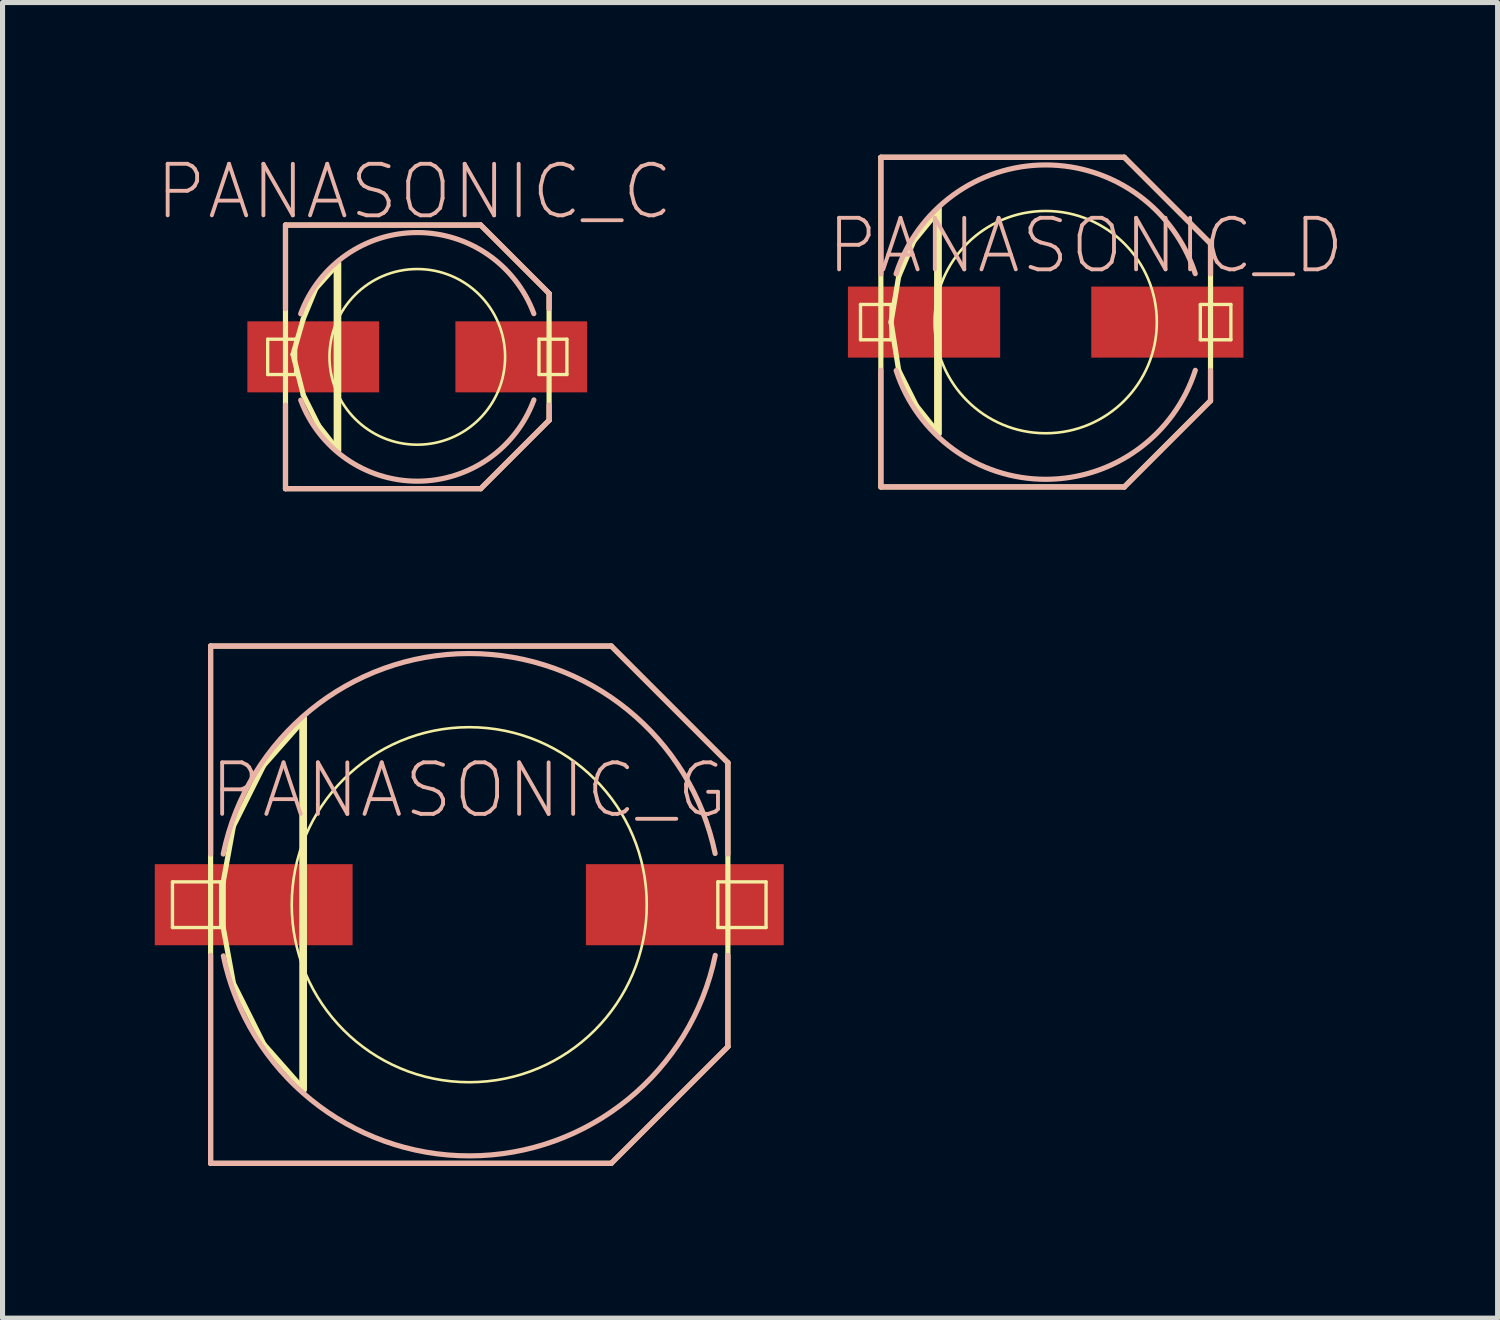
<source format=kicad_pcb>
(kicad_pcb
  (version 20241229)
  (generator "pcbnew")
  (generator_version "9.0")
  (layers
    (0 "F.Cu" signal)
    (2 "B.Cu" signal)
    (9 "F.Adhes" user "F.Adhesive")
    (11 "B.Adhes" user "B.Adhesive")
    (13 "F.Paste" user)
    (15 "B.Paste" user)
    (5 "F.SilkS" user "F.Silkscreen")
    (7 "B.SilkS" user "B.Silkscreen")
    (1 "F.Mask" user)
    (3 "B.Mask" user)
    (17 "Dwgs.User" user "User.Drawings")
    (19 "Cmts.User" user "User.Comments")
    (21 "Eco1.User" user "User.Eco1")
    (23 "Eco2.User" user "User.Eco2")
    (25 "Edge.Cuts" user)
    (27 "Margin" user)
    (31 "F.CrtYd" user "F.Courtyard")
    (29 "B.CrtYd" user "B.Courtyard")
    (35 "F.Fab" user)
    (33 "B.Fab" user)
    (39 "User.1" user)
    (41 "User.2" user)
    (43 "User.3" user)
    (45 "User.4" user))
  (footprint "PANASONIC_D"
    (layer "F.Cu")
    (at 17.561 3.299)
    (property "Reference" "PANASONIC_D" (at 0.79 -1.506 0) (layer "B.SilkS") (effects (font (size 1.016 1.016) (thickness 0.076))))
    (attr smd)
    (fp_line (start -3.65 -0.348) (end -3.048 -0.348) (stroke (width 0.066) (type solid)) (layer "F.SilkS"))
    (fp_line (start -3.65 0.348) (end -3.65 -0.348) (stroke (width 0.066) (type solid)) (layer "F.SilkS"))
    (fp_line (start -3.65 0.348) (end -3.048 0.348) (stroke (width 0.066) (type solid)) (layer "F.SilkS"))
    (fp_line (start -3.249 -3.249) (end 1.549 -3.249) (stroke (width 0.102) (type solid)) (layer "F.SilkS"))
    (fp_line (start -3.249 3.249) (end -3.249 -3.249) (stroke (width 0.102) (type solid)) (layer "F.SilkS"))
    (fp_line (start -3.048 0) (end -2.898 0.95) (stroke (width 0.102) (type solid)) (layer "F.SilkS"))
    (fp_line (start -3.048 0.348) (end -3.048 -0.348) (stroke (width 0.066) (type solid)) (layer "F.SilkS"))
    (fp_line (start -2.898 -0.899) (end -3.048 0) (stroke (width 0.102) (type solid)) (layer "F.SilkS"))
    (fp_line (start -2.898 0.95) (end -2.548 1.648) (stroke (width 0.102) (type solid)) (layer "F.SilkS"))
    (fp_line (start -2.598 -1.598) (end -2.898 -0.899) (stroke (width 0.102) (type solid)) (layer "F.SilkS"))
    (fp_line (start -2.548 1.648) (end -2.149 2.149) (stroke (width 0.102) (type solid)) (layer "F.SilkS"))
    (fp_line (start -2.149 -2.149) (end -2.598 -1.598) (stroke (width 0.102) (type solid)) (layer "F.SilkS"))
    (fp_line (start -2.149 -2.098) (end -2.149 -2.149) (stroke (width 0.102) (type solid)) (layer "F.SilkS"))
    (fp_line (start -2.149 2.149) (end -2.149 -2.098) (stroke (width 0.102) (type solid)) (layer "F.SilkS"))
    (fp_line (start -2.098 -2.248) (end -2.098 2.2) (stroke (width 0.102) (type solid)) (layer "F.SilkS"))
    (fp_line (start 1.549 -3.249) (end 3.249 -1.549) (stroke (width 0.102) (type solid)) (layer "F.SilkS"))
    (fp_line (start 1.549 3.249) (end -3.249 3.249) (stroke (width 0.102) (type solid)) (layer "F.SilkS"))
    (fp_line (start 3.048 -0.348) (end 3.65 -0.348) (stroke (width 0.066) (type solid)) (layer "F.SilkS"))
    (fp_line (start 3.048 0.348) (end 3.048 -0.348) (stroke (width 0.066) (type solid)) (layer "F.SilkS"))
    (fp_line (start 3.048 0.348) (end 3.65 0.348) (stroke (width 0.066) (type solid)) (layer "F.SilkS"))
    (fp_line (start 3.249 -1.549) (end 3.249 1.549) (stroke (width 0.102) (type solid)) (layer "F.SilkS"))
    (fp_line (start 3.249 1.549) (end 1.549 3.249) (stroke (width 0.102) (type solid)) (layer "F.SilkS"))
    (fp_line (start 3.65 0.348) (end 3.65 -0.348) (stroke (width 0.066) (type solid)) (layer "F.SilkS"))
    (fp_circle (center 0 0) (end -1.549 1.549) (stroke (width 0.051) (type solid)) (fill no) (layer "F.SilkS"))
    (fp_line (start -3.249 -3.249) (end 1.549 -3.249) (stroke (width 0.102) (type solid)) (layer "B.SilkS"))
    (fp_line (start -3.249 -0.95) (end -3.249 -3.249) (stroke (width 0.102) (type solid)) (layer "B.SilkS"))
    (fp_line (start -3.249 3.249) (end -3.249 0.95) (stroke (width 0.102) (type solid)) (layer "B.SilkS"))
    (fp_line (start 1.549 -3.249) (end 3.249 -1.549) (stroke (width 0.102) (type solid)) (layer "B.SilkS"))
    (fp_line (start 1.549 3.249) (end -3.249 3.249) (stroke (width 0.102) (type solid)) (layer "B.SilkS"))
    (fp_line (start 3.249 -1.549) (end 3.249 -0.95) (stroke (width 0.102) (type solid)) (layer "B.SilkS"))
    (fp_line (start 3.249 0.95) (end 3.249 1.549) (stroke (width 0.102) (type solid)) (layer "B.SilkS"))
    (fp_line (start 3.249 1.549) (end 1.549 3.249) (stroke (width 0.102) (type solid)) (layer "B.SilkS"))
    (fp_arc (start -2.94894 -0.94996) (mid -0.0024 -3.098171) (end 2.947465 -0.954527) (stroke (width 0.1016) (type solid)) (layer "B.SilkS"))
    (fp_arc (start 2.94894 0.94996) (mid 0.0024 3.098171) (end -2.947465 0.954527) (stroke (width 0.1016) (type solid)) (layer "B.SilkS"))
    (pad "+" smd rect (at 2.398 0) (size 3 1.4) (layers "F.Cu" "F.Mask" "F.Paste"))
    (pad "-" smd rect (at -2.398 0) (size 3 1.4) (layers "F.Cu" "F.Mask" "F.Paste")))
  (footprint "PANASONIC_C"
    (layer "F.Cu")
    (at 5.175 3.984)
    (property "Reference" "PANASONIC_C" (at -0.058 -3.256 0) (layer "B.SilkS") (effects (font (size 1.016 1.016) (thickness 0.076))))
    (attr smd)
    (fp_line (start -2.949 -0.348) (end -2.398 -0.348) (stroke (width 0.066) (type solid)) (layer "F.SilkS"))
    (fp_line (start -2.949 0.348) (end -2.949 -0.348) (stroke (width 0.066) (type solid)) (layer "F.SilkS"))
    (fp_line (start -2.949 0.348) (end -2.398 0.348) (stroke (width 0.066) (type solid)) (layer "F.SilkS"))
    (fp_line (start -2.598 -2.598) (end 1.25 -2.598) (stroke (width 0.102) (type solid)) (layer "F.SilkS"))
    (fp_line (start -2.598 2.598) (end -2.598 -2.598) (stroke (width 0.102) (type solid)) (layer "F.SilkS"))
    (fp_line (start -2.449 -0.048) (end -2.248 0.749) (stroke (width 0.102) (type solid)) (layer "F.SilkS"))
    (fp_line (start -2.398 0.348) (end -2.398 -0.348) (stroke (width 0.066) (type solid)) (layer "F.SilkS"))
    (fp_line (start -2.248 -0.749) (end -2.449 -0.048) (stroke (width 0.102) (type solid)) (layer "F.SilkS"))
    (fp_line (start -2.248 0.749) (end -1.948 1.349) (stroke (width 0.102) (type solid)) (layer "F.SilkS"))
    (fp_line (start -1.999 -1.349) (end -2.248 -0.749) (stroke (width 0.102) (type solid)) (layer "F.SilkS"))
    (fp_line (start -1.948 1.349) (end -1.598 1.798) (stroke (width 0.102) (type solid)) (layer "F.SilkS"))
    (fp_line (start -1.598 -1.798) (end -1.999 -1.349) (stroke (width 0.102) (type solid)) (layer "F.SilkS"))
    (fp_line (start -1.598 1.798) (end -1.598 -1.798) (stroke (width 0.102) (type solid)) (layer "F.SilkS"))
    (fp_line (start -1.549 -1.849) (end -1.549 1.849) (stroke (width 0.102) (type solid)) (layer "F.SilkS"))
    (fp_line (start 1.25 -2.598) (end 2.598 -1.25) (stroke (width 0.102) (type solid)) (layer "F.SilkS"))
    (fp_line (start 1.25 2.598) (end -2.598 2.598) (stroke (width 0.102) (type solid)) (layer "F.SilkS"))
    (fp_line (start 2.398 -0.348) (end 2.949 -0.348) (stroke (width 0.066) (type solid)) (layer "F.SilkS"))
    (fp_line (start 2.398 0.348) (end 2.398 -0.348) (stroke (width 0.066) (type solid)) (layer "F.SilkS"))
    (fp_line (start 2.398 0.348) (end 2.949 0.348) (stroke (width 0.066) (type solid)) (layer "F.SilkS"))
    (fp_line (start 2.598 -1.25) (end 2.598 1.25) (stroke (width 0.102) (type solid)) (layer "F.SilkS"))
    (fp_line (start 2.598 1.25) (end 1.25 2.598) (stroke (width 0.102) (type solid)) (layer "F.SilkS"))
    (fp_line (start 2.949 0.348) (end 2.949 -0.348) (stroke (width 0.066) (type solid)) (layer "F.SilkS"))
    (fp_circle (center 0 0) (end -1.224 1.224) (stroke (width 0.051) (type solid)) (fill no) (layer "F.SilkS"))
    (fp_line (start -2.598 -2.598) (end 1.25 -2.598) (stroke (width 0.102) (type solid)) (layer "B.SilkS"))
    (fp_line (start -2.598 -0.95) (end -2.598 -2.598) (stroke (width 0.102) (type solid)) (layer "B.SilkS"))
    (fp_line (start -2.598 2.598) (end -2.598 0.95) (stroke (width 0.102) (type solid)) (layer "B.SilkS"))
    (fp_line (start 1.25 -2.598) (end 2.598 -1.25) (stroke (width 0.102) (type solid)) (layer "B.SilkS"))
    (fp_line (start 1.25 2.598) (end -2.598 2.598) (stroke (width 0.102) (type solid)) (layer "B.SilkS"))
    (fp_line (start 2.598 -1.25) (end 2.598 -0.95) (stroke (width 0.102) (type solid)) (layer "B.SilkS"))
    (fp_line (start 2.598 0.95) (end 2.598 1.25) (stroke (width 0.102) (type solid)) (layer "B.SilkS"))
    (fp_line (start 2.598 1.25) (end 1.25 2.598) (stroke (width 0.102) (type solid)) (layer "B.SilkS"))
    (fp_arc (start -2.2987 -0.84836) (mid -0.001833 -2.450252) (end 2.297428 -0.851799) (stroke (width 0.1016) (type solid)) (layer "B.SilkS"))
    (fp_arc (start 2.2987 0.84836) (mid 0.001833 2.450252) (end -2.297428 0.851799) (stroke (width 0.1016) (type solid)) (layer "B.SilkS"))
    (pad "+" smd rect (at 2.05 0) (size 2.598 1.4) (layers "F.Cu" "F.Mask" "F.Paste"))
    (pad "-" smd rect (at -2.05 0) (size 2.598 1.4) (layers "F.Cu" "F.Mask" "F.Paste")))
  (footprint "PANASONIC_G"
    (layer "F.Cu")
    (at 6.199 14.782)
    (property "Reference" "PANASONIC_G" (at -0.008 -2.256 0) (layer "B.SilkS") (effects (font (size 1.016 1.016) (thickness 0.076))))
    (attr smd)
    (fp_line (start -5.85 -0.45) (end -4.9 -0.45) (stroke (width 0.066) (type solid)) (layer "F.SilkS"))
    (fp_line (start -5.85 0.45) (end -5.85 -0.45) (stroke (width 0.066) (type solid)) (layer "F.SilkS"))
    (fp_line (start -5.85 0.45) (end -4.9 0.45) (stroke (width 0.066) (type solid)) (layer "F.SilkS"))
    (fp_line (start -5.098 -5.098) (end 2.799 -5.098) (stroke (width 0.102) (type solid)) (layer "F.SilkS"))
    (fp_line (start -5.098 5.098) (end -5.098 -5.098) (stroke (width 0.102) (type solid)) (layer "F.SilkS"))
    (fp_line (start -4.9 0.45) (end -4.9 -0.45) (stroke (width 0.066) (type solid)) (layer "F.SilkS"))
    (fp_line (start -4.849 -0.45) (end -4.849 0.45) (stroke (width 0.102) (type solid)) (layer "F.SilkS"))
    (fp_line (start -4.849 0.45) (end -4.648 1.549) (stroke (width 0.102) (type solid)) (layer "F.SilkS"))
    (fp_line (start -4.648 -1.549) (end -4.849 -0.45) (stroke (width 0.102) (type solid)) (layer "F.SilkS"))
    (fp_line (start -4.648 1.549) (end -4.049 2.748) (stroke (width 0.102) (type solid)) (layer "F.SilkS"))
    (fp_line (start -4.049 -2.748) (end -4.648 -1.549) (stroke (width 0.102) (type solid)) (layer "F.SilkS"))
    (fp_line (start -4.049 2.748) (end -3.299 3.599) (stroke (width 0.102) (type solid)) (layer "F.SilkS"))
    (fp_line (start -3.299 -3.599) (end -4.049 -2.748) (stroke (width 0.102) (type solid)) (layer "F.SilkS"))
    (fp_line (start -3.299 -3.548) (end -3.299 -3.599) (stroke (width 0.102) (type solid)) (layer "F.SilkS"))
    (fp_line (start -3.299 3.599) (end -3.299 -3.548) (stroke (width 0.102) (type solid)) (layer "F.SilkS"))
    (fp_line (start -3.249 -3.698) (end -3.249 3.65) (stroke (width 0.102) (type solid)) (layer "F.SilkS"))
    (fp_line (start 2.799 -5.098) (end 5.098 -2.799) (stroke (width 0.102) (type solid)) (layer "F.SilkS"))
    (fp_line (start 2.799 5.098) (end -5.098 5.098) (stroke (width 0.102) (type solid)) (layer "F.SilkS"))
    (fp_line (start 4.9 -0.45) (end 5.85 -0.45) (stroke (width 0.066) (type solid)) (layer "F.SilkS"))
    (fp_line (start 4.9 0.45) (end 4.9 -0.45) (stroke (width 0.066) (type solid)) (layer "F.SilkS"))
    (fp_line (start 4.9 0.45) (end 5.85 0.45) (stroke (width 0.066) (type solid)) (layer "F.SilkS"))
    (fp_line (start 5.098 -2.799) (end 5.098 2.799) (stroke (width 0.102) (type solid)) (layer "F.SilkS"))
    (fp_line (start 5.098 2.799) (end 2.799 5.098) (stroke (width 0.102) (type solid)) (layer "F.SilkS"))
    (fp_line (start 5.85 0.45) (end 5.85 -0.45) (stroke (width 0.066) (type solid)) (layer "F.SilkS"))
    (fp_circle (center 0 0) (end -2.474 2.474) (stroke (width 0.051) (type solid)) (fill no) (layer "F.SilkS"))
    (fp_line (start -5.098 -5.098) (end 2.799 -5.098) (stroke (width 0.102) (type solid)) (layer "B.SilkS"))
    (fp_line (start -5.098 -0.998) (end -5.098 -5.098) (stroke (width 0.102) (type solid)) (layer "B.SilkS"))
    (fp_line (start -5.098 5.098) (end -5.098 0.998) (stroke (width 0.102) (type solid)) (layer "B.SilkS"))
    (fp_line (start 2.799 -5.098) (end 5.098 -2.799) (stroke (width 0.102) (type solid)) (layer "B.SilkS"))
    (fp_line (start 2.799 5.098) (end -5.098 5.098) (stroke (width 0.102) (type solid)) (layer "B.SilkS"))
    (fp_line (start 5.098 -2.799) (end 5.098 -0.998) (stroke (width 0.102) (type solid)) (layer "B.SilkS"))
    (fp_line (start 5.098 0.998) (end 5.098 2.799) (stroke (width 0.102) (type solid)) (layer "B.SilkS"))
    (fp_line (start 5.098 2.799) (end 2.799 5.098) (stroke (width 0.102) (type solid)) (layer "B.SilkS"))
    (fp_arc (start -4.84886 -0.99822) (mid -0.005807 -4.950541) (end 4.846505 -1.009593) (stroke (width 0.1016) (type solid)) (layer "B.SilkS"))
    (fp_arc (start 4.84886 0.99822) (mid 0.005807 4.950541) (end -4.846505 1.009593) (stroke (width 0.1016) (type solid)) (layer "B.SilkS"))
    (pad "+" smd rect (at 4.249 0) (size 3.899 1.598) (layers "F.Cu" "F.Mask" "F.Paste"))
    (pad "-" smd rect (at -4.249 0) (size 3.899 1.598) (layers "F.Cu" "F.Mask" "F.Paste")))
  (gr_rect
    (start -3 -3)
    (end 26.468 22.931)
    (stroke (width 0.1) (type default))
    (fill no)
    (layer "Edge.Cuts")))
</source>
